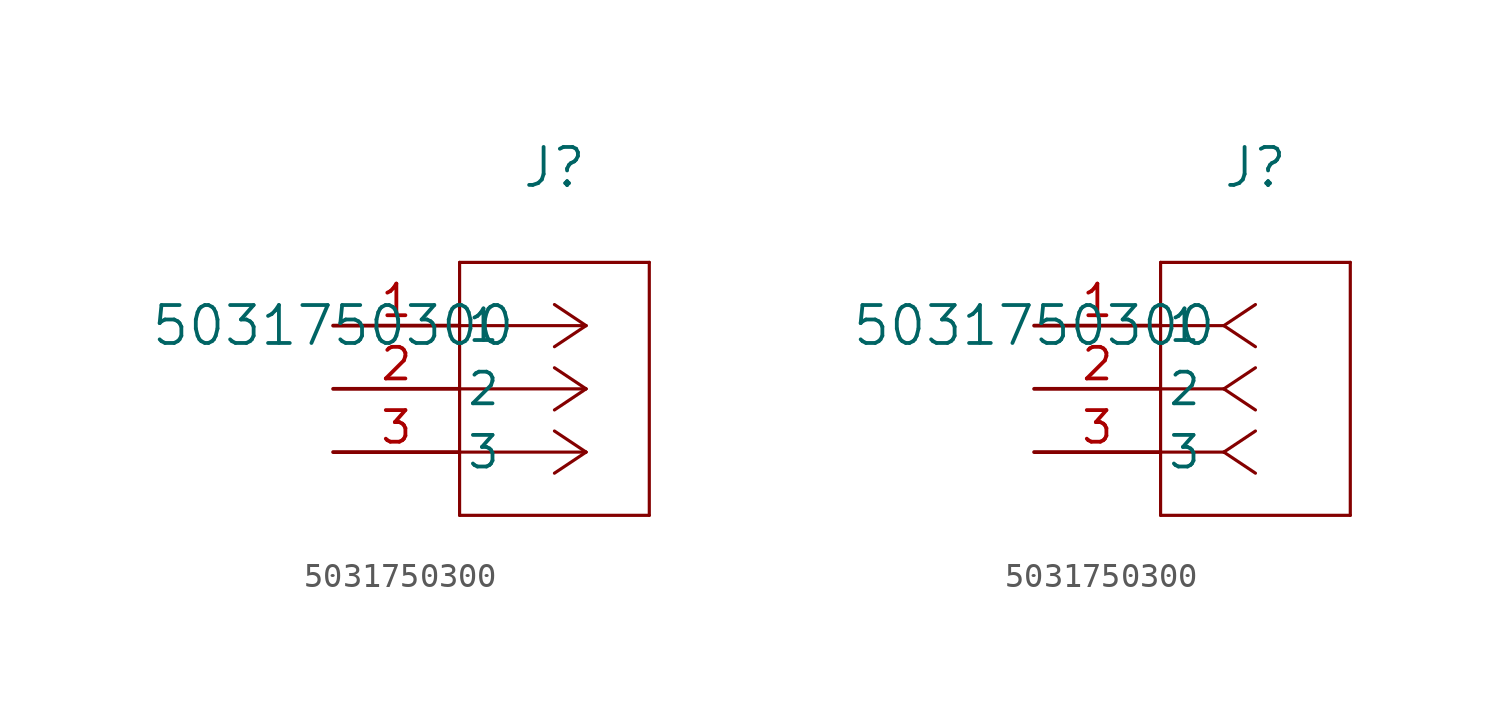
<source format=kicad_sym>
(kicad_symbol_lib
  (version 20211014)
  (generator kicad_symbol_editor)
  (symbol "5031750300"
    (pin_names
      (offset 0.254))
    (property "Reference" "J"
      (at 8.89 6.35 0)
      (effects (font (size 1.524 1.524))))
    (property "Value" "5031750300"
      (at 0 0 0)
      (effects (font (size 1.524 1.524))))
    (symbol "5031750300_1_1"
      (polyline (pts (xy 10.16 0) (xy 5.08 0)) (stroke (width 0.127) (type default) (color 0 0 0 0)) (fill (type none)))
      (polyline (pts (xy 10.16 -2.54) (xy 5.08 -2.54)) (stroke (width 0.127) (type default) (color 0 0 0 0)) (fill (type none)))
      (polyline (pts (xy 10.16 -5.08) (xy 5.08 -5.08)) (stroke (width 0.127) (type default) (color 0 0 0 0)) (fill (type none)))
      (polyline (pts (xy 10.16 0) (xy 8.89 0.847)) (stroke (width 0.127) (type default) (color 0 0 0 0)) (fill (type none)))
      (polyline (pts (xy 10.16 -2.54) (xy 8.89 -1.693)) (stroke (width 0.127) (type default) (color 0 0 0 0)) (fill (type none)))
      (polyline (pts (xy 10.16 -5.08) (xy 8.89 -4.233)) (stroke (width 0.127) (type default) (color 0 0 0 0)) (fill (type none)))
      (polyline (pts (xy 10.16 0) (xy 8.89 -0.847)) (stroke (width 0.127) (type default) (color 0 0 0 0)) (fill (type none)))
      (polyline (pts (xy 10.16 -2.54) (xy 8.89 -3.387)) (stroke (width 0.127) (type default) (color 0 0 0 0)) (fill (type none)))
      (polyline (pts (xy 10.16 -5.08) (xy 8.89 -5.927)) (stroke (width 0.127) (type default) (color 0 0 0 0)) (fill (type none)))
      (polyline (pts (xy 5.08 2.54) (xy 5.08 -7.62)) (stroke (width 0.127) (type default) (color 0 0 0 0)) (fill (type none)))
      (polyline (pts (xy 5.08 -7.62) (xy 12.7 -7.62)) (stroke (width 0.127) (type default) (color 0 0 0 0)) (fill (type none)))
      (polyline (pts (xy 12.7 -7.62) (xy 12.7 2.54)) (stroke (width 0.127) (type default) (color 0 0 0 0)) (fill (type none)))
      (polyline (pts (xy 12.7 2.54) (xy 5.08 2.54)) (stroke (width 0.127) (type default) (color 0 0 0 0)) (fill (type none)))
      (pin unspecified line (at 0 0 0) (length 5.08) (name "1" (effects (font (size 1.27 1.27)))) (number "1" (effects (font (size 1.27 1.27)))))
      (pin unspecified line (at 0 -2.54 0) (length 5.08) (name "2" (effects (font (size 1.27 1.27)))) (number "2" (effects (font (size 1.27 1.27)))))
      (pin unspecified line (at 0 -5.08 0) (length 5.08) (name "3" (effects (font (size 1.27 1.27)))) (number "3" (effects (font (size 1.27 1.27))))))
    (symbol "5031750300_1_2"
      (polyline (pts (xy 7.62 0) (xy 5.08 0)) (stroke (width 0.127) (type default) (color 0 0 0 0)) (fill (type none)))
      (polyline (pts (xy 7.62 -2.54) (xy 5.08 -2.54)) (stroke (width 0.127) (type default) (color 0 0 0 0)) (fill (type none)))
      (polyline (pts (xy 7.62 -5.08) (xy 5.08 -5.08)) (stroke (width 0.127) (type default) (color 0 0 0 0)) (fill (type none)))
      (polyline (pts (xy 7.62 0) (xy 8.89 0.847)) (stroke (width 0.127) (type default) (color 0 0 0 0)) (fill (type none)))
      (polyline (pts (xy 7.62 -2.54) (xy 8.89 -1.693)) (stroke (width 0.127) (type default) (color 0 0 0 0)) (fill (type none)))
      (polyline (pts (xy 7.62 -5.08) (xy 8.89 -4.233)) (stroke (width 0.127) (type default) (color 0 0 0 0)) (fill (type none)))
      (polyline (pts (xy 7.62 0) (xy 8.89 -0.847)) (stroke (width 0.127) (type default) (color 0 0 0 0)) (fill (type none)))
      (polyline (pts (xy 7.62 -2.54) (xy 8.89 -3.387)) (stroke (width 0.127) (type default) (color 0 0 0 0)) (fill (type none)))
      (polyline (pts (xy 7.62 -5.08) (xy 8.89 -5.927)) (stroke (width 0.127) (type default) (color 0 0 0 0)) (fill (type none)))
      (polyline (pts (xy 5.08 2.54) (xy 5.08 -7.62)) (stroke (width 0.127) (type default) (color 0 0 0 0)) (fill (type none)))
      (polyline (pts (xy 5.08 -7.62) (xy 12.7 -7.62)) (stroke (width 0.127) (type default) (color 0 0 0 0)) (fill (type none)))
      (polyline (pts (xy 12.7 -7.62) (xy 12.7 2.54)) (stroke (width 0.127) (type default) (color 0 0 0 0)) (fill (type none)))
      (polyline (pts (xy 12.7 2.54) (xy 5.08 2.54)) (stroke (width 0.127) (type default) (color 0 0 0 0)) (fill (type none)))
      (pin unspecified line (at 0 0 0) (length 5.08) (name "1" (effects (font (size 1.27 1.27)))) (number "1" (effects (font (size 1.27 1.27)))))
      (pin unspecified line (at 0 -2.54 0) (length 5.08) (name "2" (effects (font (size 1.27 1.27)))) (number "2" (effects (font (size 1.27 1.27)))))
      (pin unspecified line (at 0 -5.08 0) (length 5.08) (name "3" (effects (font (size 1.27 1.27)))) (number "3" (effects (font (size 1.27 1.27))))))))
</source>
